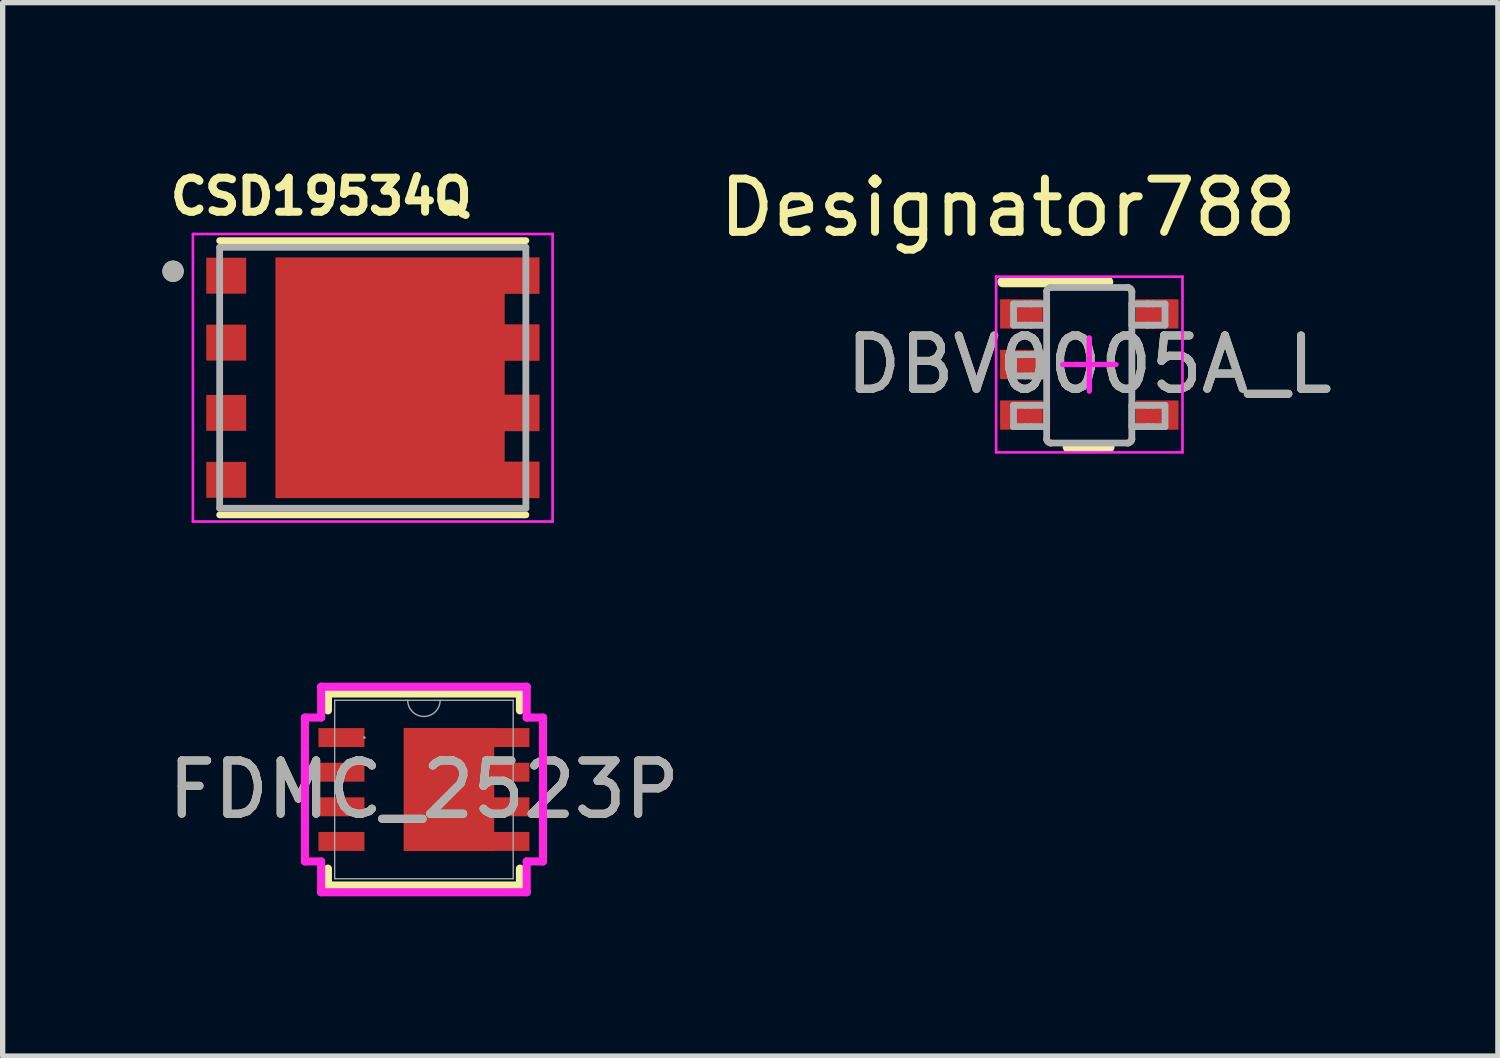
<source format=kicad_pcb>
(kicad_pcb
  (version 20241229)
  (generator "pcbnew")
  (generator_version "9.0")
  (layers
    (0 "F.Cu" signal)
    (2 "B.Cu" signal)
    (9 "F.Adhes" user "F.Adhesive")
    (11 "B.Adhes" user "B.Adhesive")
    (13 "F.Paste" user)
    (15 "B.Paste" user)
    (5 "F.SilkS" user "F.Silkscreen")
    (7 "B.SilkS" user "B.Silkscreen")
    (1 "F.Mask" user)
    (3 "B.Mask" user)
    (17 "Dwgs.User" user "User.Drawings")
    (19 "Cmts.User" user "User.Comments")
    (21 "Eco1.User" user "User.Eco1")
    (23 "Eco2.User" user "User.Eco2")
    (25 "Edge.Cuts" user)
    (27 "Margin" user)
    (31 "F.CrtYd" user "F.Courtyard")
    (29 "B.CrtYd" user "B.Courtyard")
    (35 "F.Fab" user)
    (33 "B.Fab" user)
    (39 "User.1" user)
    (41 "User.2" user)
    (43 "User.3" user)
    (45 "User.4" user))
  (footprint "DBV0005A_L"
    (layer "F.Cu")
    (at 17.406 3.795)
    (property "Reference" "DBV0005A_L" (at 0 0 0) (unlocked yes) (layer "F.SilkS") (effects (font (size 1 1) (thickness 0.15))))
    (attr smd)
    (fp_line (start -1.625 -1.55) (end 0.35 -1.55) (stroke (width 0.2) (type solid)) (layer "F.SilkS"))
    (fp_line (start -0.4 1.55) (end 0.375 1.55) (stroke (width 0.2) (type solid)) (layer "F.SilkS"))
    (fp_line (start -1.75 -1.65) (end 1.75 -1.65) (stroke (width 0.05) (type solid)) (layer "F.CrtYd"))
    (fp_line (start -1.75 1.65) (end -1.75 -1.65) (stroke (width 0.05) (type solid)) (layer "F.CrtYd"))
    (fp_line (start -1.75 1.65) (end 1.75 1.65) (stroke (width 0.05) (type solid)) (layer "F.CrtYd"))
    (fp_line (start -0.5 0) (end 0.5 0) (stroke (width 0.1) (type solid)) (layer "F.CrtYd"))
    (fp_line (start 0 0.5) (end 0 -0.5) (stroke (width 0.1) (type solid)) (layer "F.CrtYd"))
    (fp_line (start 1.75 1.65) (end 1.75 -1.65) (stroke (width 0.05) (type solid)) (layer "F.CrtYd"))
    (fp_line (start -1.423 -1.138) (end -1.199 -1.138) (stroke (width 0.127) (type solid)) (layer "F.Fab"))
    (fp_line (start -1.423 -0.738) (end -1.423 -1.138) (stroke (width 0.127) (type solid)) (layer "F.Fab"))
    (fp_line (start -1.423 -0.738) (end -1.199 -0.738) (stroke (width 0.127) (type solid)) (layer "F.Fab"))
    (fp_line (start -1.423 -0.186) (end -1.199 -0.186) (stroke (width 0.127) (type solid)) (layer "F.Fab"))
    (fp_line (start -1.423 0.215) (end -1.423 -0.186) (stroke (width 0.127) (type solid)) (layer "F.Fab"))
    (fp_line (start -1.423 0.215) (end -1.199 0.215) (stroke (width 0.127) (type solid)) (layer "F.Fab"))
    (fp_line (start -1.423 0.767) (end -1.199 0.767) (stroke (width 0.127) (type solid)) (layer "F.Fab"))
    (fp_line (start -1.423 1.167) (end -1.423 0.767) (stroke (width 0.127) (type solid)) (layer "F.Fab"))
    (fp_line (start -1.423 1.167) (end -1.199 1.167) (stroke (width 0.127) (type solid)) (layer "F.Fab"))
    (fp_line (start -1.199 -1.138) (end -1.105 -1.138) (stroke (width 0.127) (type solid)) (layer "F.Fab"))
    (fp_line (start -1.199 -0.738) (end -1.105 -0.738) (stroke (width 0.127) (type solid)) (layer "F.Fab"))
    (fp_line (start -1.199 -0.186) (end -1.105 -0.186) (stroke (width 0.127) (type solid)) (layer "F.Fab"))
    (fp_line (start -1.199 0.215) (end -1.105 0.215) (stroke (width 0.127) (type solid)) (layer "F.Fab"))
    (fp_line (start -1.199 0.767) (end -1.105 0.767) (stroke (width 0.127) (type solid)) (layer "F.Fab"))
    (fp_line (start -1.199 1.167) (end -1.105 1.167) (stroke (width 0.127) (type solid)) (layer "F.Fab"))
    (fp_line (start -1.105 -1.138) (end -1.088 -1.138) (stroke (width 0.127) (type solid)) (layer "F.Fab"))
    (fp_line (start -1.105 -0.738) (end -1.088 -0.738) (stroke (width 0.127) (type solid)) (layer "F.Fab"))
    (fp_line (start -1.105 -0.186) (end -1.088 -0.186) (stroke (width 0.127) (type solid)) (layer "F.Fab"))
    (fp_line (start -1.105 0.215) (end -1.088 0.215) (stroke (width 0.127) (type solid)) (layer "F.Fab"))
    (fp_line (start -1.105 0.767) (end -1.088 0.767) (stroke (width 0.127) (type solid)) (layer "F.Fab"))
    (fp_line (start -1.105 1.167) (end -1.088 1.167) (stroke (width 0.127) (type solid)) (layer "F.Fab"))
    (fp_line (start -1.088 -1.138) (end -0.835 -1.138) (stroke (width 0.127) (type solid)) (layer "F.Fab"))
    (fp_line (start -1.088 -0.738) (end -0.835 -0.738) (stroke (width 0.127) (type solid)) (layer "F.Fab"))
    (fp_line (start -1.088 -0.186) (end -0.835 -0.186) (stroke (width 0.127) (type solid)) (layer "F.Fab"))
    (fp_line (start -1.088 0.215) (end -0.835 0.215) (stroke (width 0.127) (type solid)) (layer "F.Fab"))
    (fp_line (start -1.088 0.767) (end -0.835 0.767) (stroke (width 0.127) (type solid)) (layer "F.Fab"))
    (fp_line (start -1.088 1.167) (end -0.835 1.167) (stroke (width 0.127) (type solid)) (layer "F.Fab"))
    (fp_line (start -0.835 -1.138) (end -0.801 -1.138) (stroke (width 0.127) (type solid)) (layer "F.Fab"))
    (fp_line (start -0.835 -0.738) (end -0.801 -0.738) (stroke (width 0.127) (type solid)) (layer "F.Fab"))
    (fp_line (start -0.835 -0.186) (end -0.801 -0.186) (stroke (width 0.127) (type solid)) (layer "F.Fab"))
    (fp_line (start -0.835 0.215) (end -0.801 0.215) (stroke (width 0.127) (type solid)) (layer "F.Fab"))
    (fp_line (start -0.835 0.767) (end -0.801 0.767) (stroke (width 0.127) (type solid)) (layer "F.Fab"))
    (fp_line (start -0.835 1.167) (end -0.801 1.167) (stroke (width 0.127) (type solid)) (layer "F.Fab"))
    (fp_line (start -0.801 -1.37) (end -0.801 -1.371) (stroke (width 0.127) (type solid)) (layer "F.Fab"))
    (fp_line (start -0.801 -0.738) (end -0.801 -1.138) (stroke (width 0.127) (type solid)) (layer "F.Fab"))
    (fp_line (start -0.801 0.215) (end -0.801 -0.186) (stroke (width 0.127) (type solid)) (layer "F.Fab"))
    (fp_line (start -0.801 1.167) (end -0.801 0.767) (stroke (width 0.127) (type solid)) (layer "F.Fab"))
    (fp_line (start -0.801 1.399) (end -0.801 -1.37) (stroke (width 0.127) (type solid)) (layer "F.Fab"))
    (fp_line (start -0.801 1.4) (end -0.801 1.399) (stroke (width 0.127) (type solid)) (layer "F.Fab"))
    (fp_line (start -0.725 -1.446) (end -0.725 -1.446) (stroke (width 0.127) (type solid)) (layer "F.Fab"))
    (fp_line (start -0.725 1.475) (end -0.725 1.475) (stroke (width 0.127) (type solid)) (layer "F.Fab"))
    (fp_line (start -0.725 -1.446) (end 0.723 -1.446) (stroke (width 0.127) (type solid)) (layer "F.Fab"))
    (fp_line (start -0.725 1.475) (end 0.723 1.475) (stroke (width 0.127) (type solid)) (layer "F.Fab"))
    (fp_line (start 0.723 -1.446) (end 0.724 -1.446) (stroke (width 0.127) (type solid)) (layer "F.Fab"))
    (fp_line (start 0.723 1.475) (end 0.724 1.475) (stroke (width 0.127) (type solid)) (layer "F.Fab"))
    (fp_line (start 0.799 -1.37) (end 0.799 -1.371) (stroke (width 0.127) (type solid)) (layer "F.Fab"))
    (fp_line (start 0.799 -1.138) (end 0.834 -1.138) (stroke (width 0.127) (type solid)) (layer "F.Fab"))
    (fp_line (start 0.799 -0.738) (end 0.799 -1.138) (stroke (width 0.127) (type solid)) (layer "F.Fab"))
    (fp_line (start 0.799 -0.738) (end 0.834 -0.738) (stroke (width 0.127) (type solid)) (layer "F.Fab"))
    (fp_line (start 0.799 0.767) (end 0.834 0.767) (stroke (width 0.127) (type solid)) (layer "F.Fab"))
    (fp_line (start 0.799 1.167) (end 0.799 0.767) (stroke (width 0.127) (type solid)) (layer "F.Fab"))
    (fp_line (start 0.799 1.167) (end 0.834 1.167) (stroke (width 0.127) (type solid)) (layer "F.Fab"))
    (fp_line (start 0.799 1.399) (end 0.799 -1.37) (stroke (width 0.127) (type solid)) (layer "F.Fab"))
    (fp_line (start 0.799 1.4) (end 0.799 1.399) (stroke (width 0.127) (type solid)) (layer "F.Fab"))
    (fp_line (start 0.834 -1.138) (end 1.087 -1.138) (stroke (width 0.127) (type solid)) (layer "F.Fab"))
    (fp_line (start 0.834 -0.738) (end 1.087 -0.738) (stroke (width 0.127) (type solid)) (layer "F.Fab"))
    (fp_line (start 0.834 0.767) (end 1.087 0.767) (stroke (width 0.127) (type solid)) (layer "F.Fab"))
    (fp_line (start 0.834 1.167) (end 1.087 1.167) (stroke (width 0.127) (type solid)) (layer "F.Fab"))
    (fp_line (start 1.087 -1.138) (end 1.103 -1.138) (stroke (width 0.127) (type solid)) (layer "F.Fab"))
    (fp_line (start 1.087 -0.738) (end 1.103 -0.738) (stroke (width 0.127) (type solid)) (layer "F.Fab"))
    (fp_line (start 1.087 0.767) (end 1.103 0.767) (stroke (width 0.127) (type solid)) (layer "F.Fab"))
    (fp_line (start 1.087 1.167) (end 1.103 1.167) (stroke (width 0.127) (type solid)) (layer "F.Fab"))
    (fp_line (start 1.103 -1.138) (end 1.198 -1.138) (stroke (width 0.127) (type solid)) (layer "F.Fab"))
    (fp_line (start 1.103 -0.738) (end 1.198 -0.738) (stroke (width 0.127) (type solid)) (layer "F.Fab"))
    (fp_line (start 1.103 0.767) (end 1.198 0.767) (stroke (width 0.127) (type solid)) (layer "F.Fab"))
    (fp_line (start 1.103 1.167) (end 1.198 1.167) (stroke (width 0.127) (type solid)) (layer "F.Fab"))
    (fp_line (start 1.198 -1.138) (end 1.422 -1.138) (stroke (width 0.127) (type solid)) (layer "F.Fab"))
    (fp_line (start 1.198 -0.738) (end 1.422 -0.738) (stroke (width 0.127) (type solid)) (layer "F.Fab"))
    (fp_line (start 1.198 0.767) (end 1.422 0.767) (stroke (width 0.127) (type solid)) (layer "F.Fab"))
    (fp_line (start 1.198 1.167) (end 1.422 1.167) (stroke (width 0.127) (type solid)) (layer "F.Fab"))
    (fp_line (start 1.422 -0.738) (end 1.422 -1.138) (stroke (width 0.127) (type solid)) (layer "F.Fab"))
    (fp_line (start 1.422 1.167) (end 1.422 0.767) (stroke (width 0.127) (type solid)) (layer "F.Fab"))
    (fp_arc (start -0.80074 -1.37084) (mid -0.778218 -1.423887) (end -0.724999 -1.445998) (stroke (width 0.127) (type solid)) (layer "F.Fab"))
    (fp_arc (start -0.724999 1.475) (mid -0.778213 1.452901) (end -0.80074 1.399867) (stroke (width 0.127) (type solid)) (layer "F.Fab"))
    (fp_arc (start 0.723714 -1.445998) (mid 0.776933 -1.423887) (end 0.799455 -1.37084) (stroke (width 0.127) (type solid)) (layer "F.Fab"))
    (fp_arc (start 0.799455 1.399868) (mid 0.776927 1.452901) (end 0.723713 1.475) (stroke (width 0.127) (type solid)) (layer "F.Fab"))
    (fp_text user "Designator788" (at -1.524 -2.946 0) (unlocked yes) (layer "F.SilkS") (effects (font (size 1 1) (thickness 0.15))))
    (fp_text user "${REFERENCE}" (at 0 0 0) (unlocked yes) (layer "F.Fab") (effects (font (size 1 1) (thickness 0.15))))
    (pad "1" smd rect (at -1.275 -0.95 90) (size 0.55 0.8) (layers "F.Cu" "F.Mask" "F.Paste"))
    (pad "2" smd rect (at -1.275 0 90) (size 0.55 0.8) (layers "F.Cu" "F.Mask" "F.Paste"))
    (pad "3" smd rect (at -1.275 0.95 90) (size 0.55 0.8) (layers "F.Cu" "F.Mask" "F.Paste"))
    (pad "4" smd rect (at 1.275 0.95 90) (size 0.55 0.8) (layers "F.Cu" "F.Mask" "F.Paste"))
    (pad "5" smd rect (at 1.275 -0.95 90) (size 0.55 0.8) (layers "F.Cu" "F.Mask" "F.Paste")))
  (footprint "FDMC_2523P"
    (layer "F.Cu")
    (at 4.911 11.776)
    (property "Reference" "FDMC_2523P" (at 0 0 0) (unlocked yes) (layer "F.SilkS") (effects (font (size 1 1) (thickness 0.15))))
    (attr smd)
    (fp_poly (pts (xy 1.321 -1.156) (xy -0.381 -1.156) (xy -0.381 1.156) (xy 1.321 1.156)) (stroke (width 0) (type solid)) (fill yes) (layer "F.Cu"))
    (fp_poly (pts (xy 1.321 -1.156) (xy -0.381 -1.156) (xy -0.381 1.156) (xy 1.321 1.156)) (stroke (width 0) (type solid)) (fill yes) (layer "F.Mask"))
    (fp_line (start -1.803 -1.803) (end -1.803 -1.486) (stroke (width 0.152) (type solid)) (layer "F.SilkS"))
    (fp_line (start -1.803 1.486) (end -1.803 1.803) (stroke (width 0.152) (type solid)) (layer "F.SilkS"))
    (fp_line (start -1.803 1.803) (end 1.803 1.803) (stroke (width 0.152) (type solid)) (layer "F.SilkS"))
    (fp_line (start 1.803 -1.803) (end -1.803 -1.803) (stroke (width 0.152) (type solid)) (layer "F.SilkS"))
    (fp_line (start 1.803 -1.486) (end 1.803 -1.803) (stroke (width 0.152) (type solid)) (layer "F.SilkS"))
    (fp_line (start 1.803 1.803) (end 1.803 1.486) (stroke (width 0.152) (type solid)) (layer "F.SilkS"))
    (fp_poly (pts (xy 1.321 -1.156) (xy -0.381 -1.156) (xy -0.381 1.156) (xy 1.321 1.156)) (stroke (width 0) (type solid)) (fill yes) (layer "F.Paste"))
    (fp_line (start -2.235 -1.351) (end -1.93 -1.351) (stroke (width 0.152) (type solid)) (layer "F.CrtYd"))
    (fp_line (start -2.235 1.351) (end -2.235 -1.351) (stroke (width 0.152) (type solid)) (layer "F.CrtYd"))
    (fp_line (start -2.235 1.351) (end -1.93 1.351) (stroke (width 0.152) (type solid)) (layer "F.CrtYd"))
    (fp_line (start -1.93 -1.93) (end 1.93 -1.93) (stroke (width 0.152) (type solid)) (layer "F.CrtYd"))
    (fp_line (start -1.93 -1.351) (end -1.93 -1.93) (stroke (width 0.152) (type solid)) (layer "F.CrtYd"))
    (fp_line (start -1.93 1.93) (end -1.93 1.351) (stroke (width 0.152) (type solid)) (layer "F.CrtYd"))
    (fp_line (start 1.93 -1.93) (end 1.93 -1.351) (stroke (width 0.152) (type solid)) (layer "F.CrtYd"))
    (fp_line (start 1.93 1.351) (end 1.93 1.93) (stroke (width 0.152) (type solid)) (layer "F.CrtYd"))
    (fp_line (start 1.93 1.93) (end -1.93 1.93) (stroke (width 0.152) (type solid)) (layer "F.CrtYd"))
    (fp_line (start 2.235 -1.351) (end 1.93 -1.351) (stroke (width 0.152) (type solid)) (layer "F.CrtYd"))
    (fp_line (start 2.235 -1.351) (end 2.235 1.351) (stroke (width 0.152) (type solid)) (layer "F.CrtYd"))
    (fp_line (start 2.235 1.351) (end 1.93 1.351) (stroke (width 0.152) (type solid)) (layer "F.CrtYd"))
    (fp_line (start -1.676 -1.676) (end -1.676 1.676) (stroke (width 0.025) (type solid)) (layer "F.Fab"))
    (fp_line (start -1.676 1.676) (end 1.676 1.676) (stroke (width 0.025) (type solid)) (layer "F.Fab"))
    (fp_line (start 1.676 -1.676) (end -1.676 -1.676) (stroke (width 0.025) (type solid)) (layer "F.Fab"))
    (fp_line (start 1.676 1.676) (end 1.676 -1.676) (stroke (width 0.025) (type solid)) (layer "F.Fab"))
    (fp_arc (start 0.3048 -1.6764) (mid 0 -1.3716) (end -0.3048 -1.6764) (stroke (width 0.0254) (type solid)) (layer "F.Fab"))
    (fp_circle (center -1.118 -0.975) (end -1.118 -0.975) (stroke (width 0.025) (type solid)) (fill no) (layer "F.Fab"))
    (fp_text user "${REFERENCE}" (at 0 0 0) (unlocked yes) (layer "F.Fab") (effects (font (size 1 1) (thickness 0.15))))
    (pad "D" smd rect (at 1.549 -0.975) (size 0.864 0.356) (layers "F.Cu" "F.Mask" "F.Paste"))
    (pad "D" smd rect (at 1.549 -0.325) (size 0.864 0.356) (layers "F.Cu" "F.Mask" "F.Paste"))
    (pad "D" smd rect (at 1.549 0.325) (size 0.864 0.356) (layers "F.Cu" "F.Mask" "F.Paste"))
    (pad "D" smd rect (at 1.549 0.975) (size 0.864 0.356) (layers "F.Cu" "F.Mask" "F.Paste"))
    (pad "G" smd rect (at -1.549 0.975) (size 0.864 0.356) (layers "F.Cu" "F.Mask" "F.Paste"))
    (pad "S" smd rect (at -1.549 -0.975) (size 0.864 0.356) (layers "F.Cu" "F.Mask" "F.Paste"))
    (pad "S" smd rect (at -1.549 -0.325) (size 0.864 0.356) (layers "F.Cu" "F.Mask" "F.Paste"))
    (pad "S" smd rect (at -1.549 0.325) (size 0.864 0.356) (layers "F.Cu" "F.Mask" "F.Paste")))
  (footprint "CSD19534Q"
    (layer "F.Cu")
    (at 3.95 4.044)
    (property "Reference" "CSD19534Q" (at -0.968 -3.406 0) (layer "F.SilkS") (effects (font (size 0.64 0.64) (thickness 0.15))))
    (attr smd)
    (fp_poly (pts (xy -1.923 -2.355) (xy 3.228 -2.355) (xy 3.228 -1.48) (xy 2.572 -1.48) (xy 2.572 -1.097) (xy 3.228 -1.097) (xy 3.228 -0.223) (xy 2.572 -0.223) (xy 2.572 0.223) (xy 3.228 0.223) (xy 3.228 1.097) (xy 2.572 1.097) (xy 2.572 1.48) (xy 3.228 1.48) (xy 3.228 2.355) (xy -1.923 2.355)) (stroke (width 0.01) (type solid)) (fill yes) (layer "F.Mask"))
    (fp_line (start -2.875 2.575) (end 2.875 2.575) (stroke (width 0.127) (type solid)) (layer "F.SilkS"))
    (fp_line (start 2.875 -2.575) (end -2.875 -2.575) (stroke (width 0.127) (type solid)) (layer "F.SilkS"))
    (fp_circle (center -3.75 -2) (end -3.65 -2) (stroke (width 0.2) (type solid)) (fill no) (layer "F.SilkS"))
    (fp_poly (pts (xy -3.02 -2.155) (xy -2.52 -2.155) (xy -2.52 -1.655) (xy -3.02 -1.655)) (stroke (width 0.01) (type solid)) (fill yes) (layer "F.Paste"))
    (fp_poly (pts (xy -3.02 -0.885) (xy -2.52 -0.885) (xy -2.52 -0.385) (xy -3.02 -0.385)) (stroke (width 0.01) (type solid)) (fill yes) (layer "F.Paste"))
    (fp_poly (pts (xy -3.02 0.385) (xy -2.52 0.385) (xy -2.52 0.885) (xy -3.02 0.885)) (stroke (width 0.01) (type solid)) (fill yes) (layer "F.Paste"))
    (fp_poly (pts (xy -3.02 1.655) (xy -2.52 1.655) (xy -2.52 2.155) (xy -3.02 2.155)) (stroke (width 0.01) (type solid)) (fill yes) (layer "F.Paste"))
    (fp_poly (pts (xy -1.415 -1.88) (xy -0.18 -1.88) (xy -0.18 -0.31) (xy -1.415 -0.31)) (stroke (width 0.01) (type solid)) (fill yes) (layer "F.Paste"))
    (fp_poly (pts (xy -1.415 0.31) (xy -0.18 0.31) (xy -0.18 1.88) (xy -1.415 1.88)) (stroke (width 0.01) (type solid)) (fill yes) (layer "F.Paste"))
    (fp_poly (pts (xy 0.32 -1.88) (xy 1.905 -1.88) (xy 1.905 -0.31) (xy 0.32 -0.31)) (stroke (width 0.01) (type solid)) (fill yes) (layer "F.Paste"))
    (fp_poly (pts (xy 0.32 0.31) (xy 1.905 0.31) (xy 1.905 1.88) (xy 0.32 1.88)) (stroke (width 0.01) (type solid)) (fill yes) (layer "F.Paste"))
    (fp_poly (pts (xy 2.52 -2.155) (xy 3.02 -2.155) (xy 3.02 -1.655) (xy 2.52 -1.655)) (stroke (width 0.01) (type solid)) (fill yes) (layer "F.Paste"))
    (fp_poly (pts (xy 2.52 -0.885) (xy 3.02 -0.885) (xy 3.02 -0.385) (xy 2.52 -0.385)) (stroke (width 0.01) (type solid)) (fill yes) (layer "F.Paste"))
    (fp_poly (pts (xy 2.52 0.385) (xy 3.02 0.385) (xy 3.02 0.885) (xy 2.52 0.885)) (stroke (width 0.01) (type solid)) (fill yes) (layer "F.Paste"))
    (fp_poly (pts (xy 2.52 1.655) (xy 3.02 1.655) (xy 3.02 2.155) (xy 2.52 2.155)) (stroke (width 0.01) (type solid)) (fill yes) (layer "F.Paste"))
    (fp_line (start -3.377 -2.7) (end 3.377 -2.7) (stroke (width 0.05) (type solid)) (layer "F.CrtYd"))
    (fp_line (start -3.377 2.7) (end -3.377 -2.7) (stroke (width 0.05) (type solid)) (layer "F.CrtYd"))
    (fp_line (start 3.377 -2.7) (end 3.377 2.7) (stroke (width 0.05) (type solid)) (layer "F.CrtYd"))
    (fp_line (start 3.377 2.7) (end -3.377 2.7) (stroke (width 0.05) (type solid)) (layer "F.CrtYd"))
    (fp_line (start -2.875 -2.45) (end -2.875 2.45) (stroke (width 0.127) (type solid)) (layer "F.Fab"))
    (fp_line (start -2.875 2.45) (end 2.875 2.45) (stroke (width 0.127) (type solid)) (layer "F.Fab"))
    (fp_line (start 2.875 -2.45) (end -2.875 -2.45) (stroke (width 0.127) (type solid)) (layer "F.Fab"))
    (fp_line (start 2.875 2.45) (end 2.875 -2.45) (stroke (width 0.127) (type solid)) (layer "F.Fab"))
    (fp_circle (center -3.75 -2) (end -3.65 -2) (stroke (width 0.2) (type solid)) (fill no) (layer "F.Fab"))
    (pad "D" smd custom (at 0 0) (size 0.5 0.5) (layers "F.Cu") (options (anchor rect)) (primitives (gr_poly (pts (xy -1.823 -2.255) (xy 3.127 -2.255) (xy 3.127 -1.58) (xy 2.473 -1.58) (xy 2.473 -0.998) (xy 3.127 -0.998) (xy 3.127 -0.323) (xy 2.473 -0.323) (xy 2.473 0.323) (xy 3.127 0.323) (xy 3.127 0.998) (xy 2.473 0.998) (xy 2.473 1.58) (xy 3.127 1.58) (xy 3.127 2.255) (xy -1.823 2.255)) (width 0.01) (fill yes))))
    (pad "G" smd rect (at -2.752 1.917) (size 0.75 0.675) (layers "F.Cu" "F.Mask"))
    (pad "S" smd rect (at -2.752 -1.917) (size 0.75 0.675) (layers "F.Cu" "F.Mask"))
    (pad "S" smd rect (at -2.752 -0.66) (size 0.75 0.675) (layers "F.Cu" "F.Mask"))
    (pad "S" smd rect (at -2.752 0.66) (size 0.75 0.675) (layers "F.Cu" "F.Mask")))
  (gr_rect
    (start -3 -3)
    (end 25.079 16.782)
    (stroke (width 0.1) (type default))
    (fill no)
    (layer "Edge.Cuts")))
</source>
